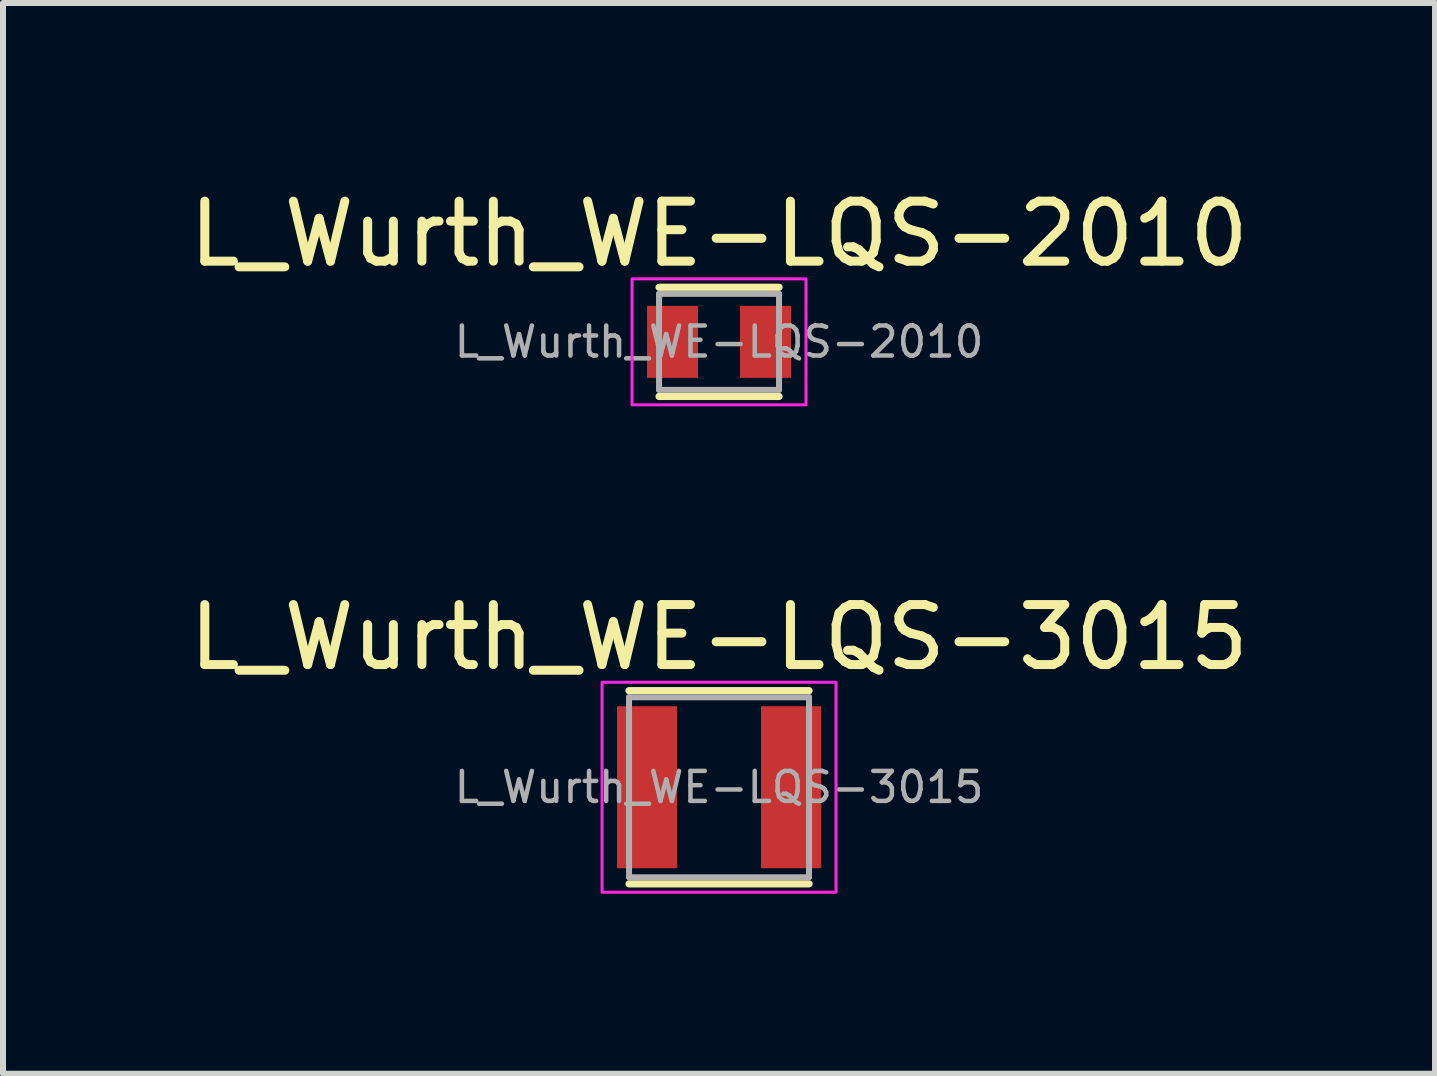
<source format=kicad_pcb>
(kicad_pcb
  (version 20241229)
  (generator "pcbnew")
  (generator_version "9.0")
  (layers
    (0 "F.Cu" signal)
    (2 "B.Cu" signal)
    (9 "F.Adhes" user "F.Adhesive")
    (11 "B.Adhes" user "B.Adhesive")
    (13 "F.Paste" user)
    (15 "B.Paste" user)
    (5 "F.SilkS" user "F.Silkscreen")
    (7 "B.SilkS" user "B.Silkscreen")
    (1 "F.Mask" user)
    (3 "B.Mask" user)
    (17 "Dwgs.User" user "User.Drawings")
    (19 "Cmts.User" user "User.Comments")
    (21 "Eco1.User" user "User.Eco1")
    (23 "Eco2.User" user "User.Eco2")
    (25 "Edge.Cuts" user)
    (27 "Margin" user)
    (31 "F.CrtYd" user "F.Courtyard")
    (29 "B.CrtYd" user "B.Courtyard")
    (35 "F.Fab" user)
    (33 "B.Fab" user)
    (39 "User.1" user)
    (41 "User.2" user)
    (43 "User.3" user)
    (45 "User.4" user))
  (footprint "L_Wurth_WE-LQS-3015"
    (layer "F.Cu")
    (at 8.935 10.072)
    (property "Reference" "L_Wurth_WE-LQS-3015" (at 0 -2.5 0) (unlocked yes) (layer "F.SilkS") (effects (font (size 1 1) (thickness 0.15))))
    (attr smd)
    (fp_line (start -1.5 -1.61) (end 1.5 -1.61) (stroke (width 0.12) (type solid)) (layer "F.SilkS"))
    (fp_line (start -1.5 1.61) (end 1.5 1.61) (stroke (width 0.12) (type solid)) (layer "F.SilkS"))
    (fp_rect (start -1.95 -1.75) (end 1.95 1.75) (stroke (width 0.05) (type solid)) (fill no) (layer "F.CrtYd"))
    (fp_line (start -1.5 -1.5) (end -1.5 1.5) (stroke (width 0.1) (type solid)) (layer "F.Fab"))
    (fp_line (start -1.5 -1.5) (end 1.5 -1.5) (stroke (width 0.1) (type solid)) (layer "F.Fab"))
    (fp_line (start -1.5 1.5) (end 1.5 1.5) (stroke (width 0.1) (type solid)) (layer "F.Fab"))
    (fp_line (start 1.5 -1.5) (end 1.5 1.5) (stroke (width 0.1) (type solid)) (layer "F.Fab"))
    (fp_text user "${REFERENCE}" (at 0 0 0) (unlocked yes) (layer "F.Fab") (effects (font (size 0.5 0.5) (thickness 0.075))))
    (pad "1" smd rect (at -1.2 0) (size 1 2.7) (layers "F.Cu" "F.Mask" "F.Paste"))
    (pad "2" smd rect (at 1.2 0) (size 1 2.7) (layers "F.Cu" "F.Mask" "F.Paste")))
  (footprint "L_Wurth_WE-LQS-2010"
    (layer "F.Cu")
    (at 8.935 2.648)
    (property "Reference" "L_Wurth_WE-LQS-2010" (at 0 -1.8 0) (unlocked yes) (layer "F.SilkS") (effects (font (size 1 1) (thickness 0.15))))
    (attr smd)
    (fp_line (start -1 -0.91) (end 1 -0.91) (stroke (width 0.12) (type solid)) (layer "F.SilkS"))
    (fp_line (start -1 0.91) (end 1 0.91) (stroke (width 0.12) (type solid)) (layer "F.SilkS"))
    (fp_rect (start -1.45 -1.05) (end 1.45 1.05) (stroke (width 0.05) (type solid)) (fill no) (layer "F.CrtYd"))
    (fp_line (start -1 -0.8) (end -1 0.8) (stroke (width 0.1) (type solid)) (layer "F.Fab"))
    (fp_line (start -1 -0.8) (end 1 -0.8) (stroke (width 0.1) (type solid)) (layer "F.Fab"))
    (fp_line (start -1 0.8) (end 1 0.8) (stroke (width 0.1) (type solid)) (layer "F.Fab"))
    (fp_line (start 1 -0.8) (end 1 0.8) (stroke (width 0.1) (type solid)) (layer "F.Fab"))
    (fp_text user "${REFERENCE}" (at 0 0 0) (unlocked yes) (layer "F.Fab") (effects (font (size 0.5 0.5) (thickness 0.075))))
    (pad "1" smd rect (at -0.775 0) (size 0.85 1.2) (layers "F.Cu" "F.Mask" "F.Paste"))
    (pad "2" smd rect (at 0.775 0) (size 0.85 1.2) (layers "F.Cu" "F.Mask" "F.Paste")))
  (gr_rect
    (start -3 -3)
    (end 20.869 14.847)
    (stroke (width 0.1) (type default))
    (fill no)
    (layer "Edge.Cuts")))
</source>
